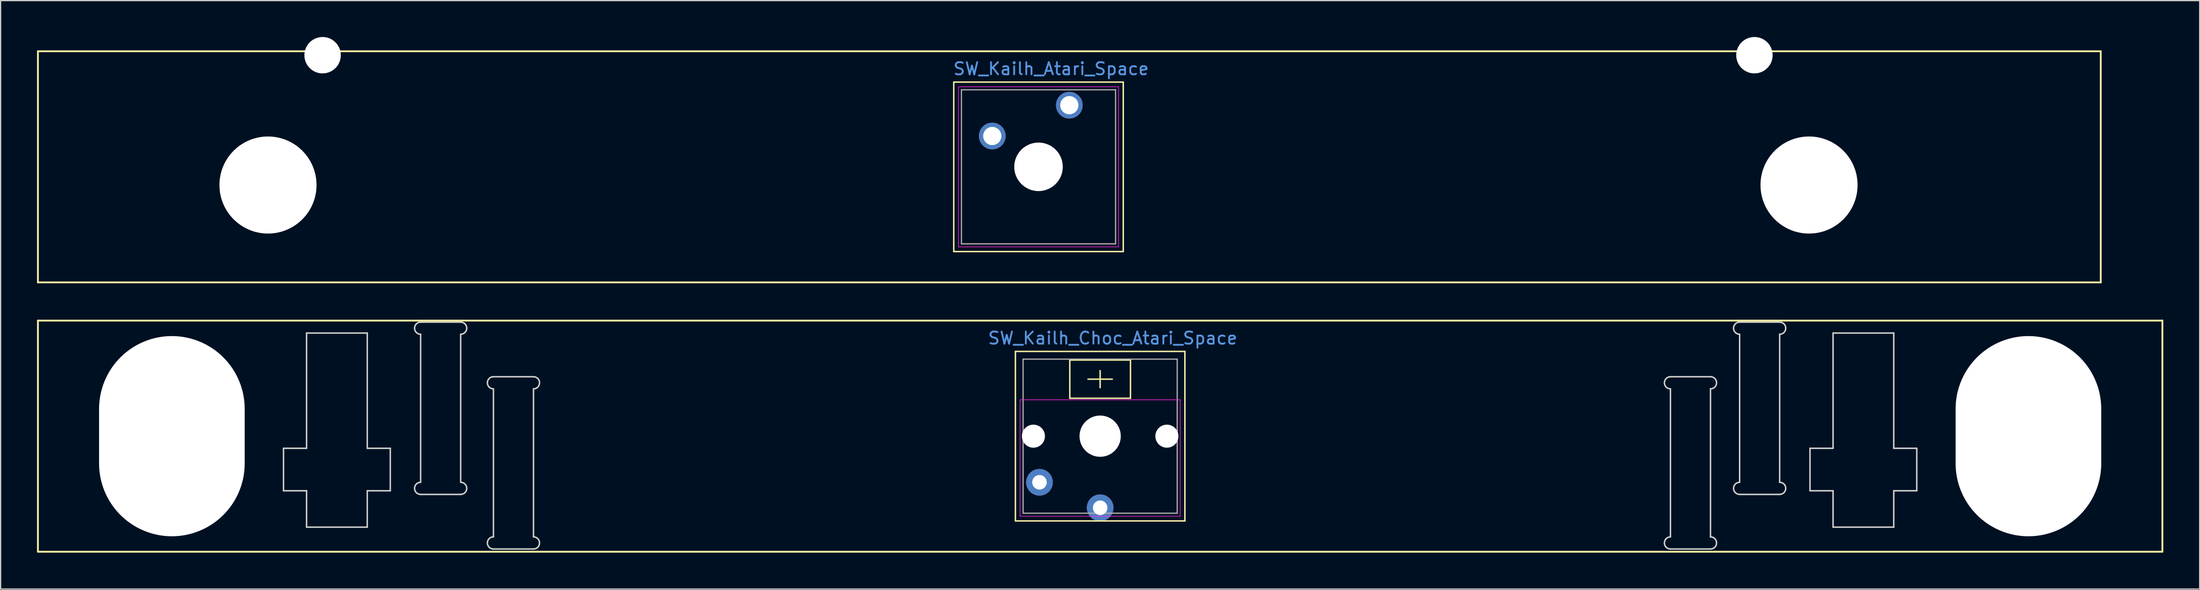
<source format=kicad_pcb>
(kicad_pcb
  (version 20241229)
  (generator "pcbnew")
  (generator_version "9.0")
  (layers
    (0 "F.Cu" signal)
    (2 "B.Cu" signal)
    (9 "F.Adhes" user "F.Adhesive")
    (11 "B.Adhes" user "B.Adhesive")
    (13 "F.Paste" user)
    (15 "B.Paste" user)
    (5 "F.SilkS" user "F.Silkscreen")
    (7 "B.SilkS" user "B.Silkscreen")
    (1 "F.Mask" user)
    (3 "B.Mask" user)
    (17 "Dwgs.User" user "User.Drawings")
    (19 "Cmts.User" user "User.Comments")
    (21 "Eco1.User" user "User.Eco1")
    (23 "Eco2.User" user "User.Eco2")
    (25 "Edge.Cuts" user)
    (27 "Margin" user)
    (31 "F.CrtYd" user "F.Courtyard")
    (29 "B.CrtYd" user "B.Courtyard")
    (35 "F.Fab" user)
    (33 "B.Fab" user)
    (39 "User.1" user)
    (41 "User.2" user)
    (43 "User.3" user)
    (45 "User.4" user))
  (footprint "SW_Kailh_Choc_Atari_Space"
    (layer "F.Cu")
    (at 87.615 32.9)
    (property "Reference" "SW_Kailh_Choc_Atari_Space" (at 1.04 -8.08 0) (layer "Cmts.User") (effects (font (size 1 1) (thickness 0.15))))
    (attr through_hole)
    (fp_line (start -87.54 -9.525) (end 87.54 -9.525) (stroke (width 0.15) (type solid)) (layer "F.SilkS"))
    (fp_line (start -87.54 9.525) (end -87.54 -9.525) (stroke (width 0.15) (type solid)) (layer "F.SilkS"))
    (fp_line (start -87.54 9.525) (end 87.54 9.525) (stroke (width 0.15) (type solid)) (layer "F.SilkS"))
    (fp_line (start -6.985 -6.985) (end 6.985 -6.985) (stroke (width 0.12) (type solid)) (layer "F.SilkS"))
    (fp_line (start -6.985 6.985) (end -6.985 -6.985) (stroke (width 0.12) (type solid)) (layer "F.SilkS"))
    (fp_line (start -2.5 -6.275) (end 2.5 -6.275) (stroke (width 0.12) (type solid)) (layer "F.SilkS"))
    (fp_line (start -2.5 -3.125) (end -2.5 -6.275) (stroke (width 0.12) (type solid)) (layer "F.SilkS"))
    (fp_line (start 0 -4) (end 0 -5.4) (stroke (width 0.12) (type solid)) (layer "F.SilkS"))
    (fp_line (start 1 -4.7) (end -1 -4.7) (stroke (width 0.12) (type solid)) (layer "F.SilkS"))
    (fp_line (start 2.5 -3.125) (end -2.5 -3.125) (stroke (width 0.12) (type solid)) (layer "F.SilkS"))
    (fp_line (start 2.5 -3.125) (end 2.5 -6.275) (stroke (width 0.12) (type solid)) (layer "F.SilkS"))
    (fp_line (start 6.985 -6.985) (end 6.985 6.985) (stroke (width 0.12) (type solid)) (layer "F.SilkS"))
    (fp_line (start 6.985 6.985) (end -6.985 6.985) (stroke (width 0.12) (type solid)) (layer "F.SilkS"))
    (fp_line (start 87.54 -9.525) (end 87.54 9.525) (stroke (width 0.15) (type solid)) (layer "F.SilkS"))
    (fp_line (start -67.3 1) (end -67.3 4.5) (stroke (width 0.12) (type solid)) (layer "Edge.Cuts"))
    (fp_line (start -67.3 1) (end -65.4 1) (stroke (width 0.12) (type solid)) (layer "Edge.Cuts"))
    (fp_line (start -67.3 4.5) (end -65.4 4.5) (stroke (width 0.12) (type solid)) (layer "Edge.Cuts"))
    (fp_line (start -65.4 -8.5) (end -65.4 1) (stroke (width 0.12) (type solid)) (layer "Edge.Cuts"))
    (fp_line (start -65.4 4.5) (end -65.4 7.5) (stroke (width 0.12) (type solid)) (layer "Edge.Cuts"))
    (fp_line (start -65.4 7.5) (end -60.4 7.5) (stroke (width 0.12) (type solid)) (layer "Edge.Cuts"))
    (fp_line (start -60.4 -8.5) (end -65.4 -8.5) (stroke (width 0.12) (type solid)) (layer "Edge.Cuts"))
    (fp_line (start -60.4 -8.5) (end -60.4 1) (stroke (width 0.12) (type solid)) (layer "Edge.Cuts"))
    (fp_line (start -60.4 1) (end -58.5 1) (stroke (width 0.12) (type solid)) (layer "Edge.Cuts"))
    (fp_line (start -60.4 4.5) (end -60.4 7.5) (stroke (width 0.12) (type solid)) (layer "Edge.Cuts"))
    (fp_line (start -60.4 4.5) (end -58.5 4.5) (stroke (width 0.12) (type solid)) (layer "Edge.Cuts"))
    (fp_line (start -58.5 1) (end -58.5 4.5) (stroke (width 0.12) (type solid)) (layer "Edge.Cuts"))
    (fp_line (start -56 -8.4) (end -56 3.8) (stroke (width 0.12) (type solid)) (layer "Edge.Cuts"))
    (fp_line (start -56 4.8) (end -52.7 4.8) (stroke (width 0.12) (type solid)) (layer "Edge.Cuts"))
    (fp_line (start -52.7 -9.4) (end -56 -9.4) (stroke (width 0.12) (type solid)) (layer "Edge.Cuts"))
    (fp_line (start -52.7 -8.4) (end -52.7 3.8) (stroke (width 0.12) (type solid)) (layer "Edge.Cuts"))
    (fp_line (start -50 -3.9) (end -50 8.3) (stroke (width 0.12) (type solid)) (layer "Edge.Cuts"))
    (fp_line (start -50 9.3) (end -46.7 9.3) (stroke (width 0.12) (type solid)) (layer "Edge.Cuts"))
    (fp_line (start -46.7 -4.9) (end -50 -4.9) (stroke (width 0.12) (type solid)) (layer "Edge.Cuts"))
    (fp_line (start -46.7 -3.9) (end -46.7 8.3) (stroke (width 0.12) (type solid)) (layer "Edge.Cuts"))
    (fp_line (start 47 -3.9) (end 47 8.3) (stroke (width 0.12) (type solid)) (layer "Edge.Cuts"))
    (fp_line (start 47 9.3) (end 50.3 9.3) (stroke (width 0.12) (type solid)) (layer "Edge.Cuts"))
    (fp_line (start 50.3 -4.9) (end 47 -4.9) (stroke (width 0.12) (type solid)) (layer "Edge.Cuts"))
    (fp_line (start 50.3 -3.9) (end 50.3 8.3) (stroke (width 0.12) (type solid)) (layer "Edge.Cuts"))
    (fp_line (start 52.7 -8.4) (end 52.7 3.8) (stroke (width 0.12) (type solid)) (layer "Edge.Cuts"))
    (fp_line (start 52.7 4.8) (end 56 4.8) (stroke (width 0.12) (type solid)) (layer "Edge.Cuts"))
    (fp_line (start 56 -9.4) (end 52.7 -9.4) (stroke (width 0.12) (type solid)) (layer "Edge.Cuts"))
    (fp_line (start 56 -8.4) (end 56 3.8) (stroke (width 0.12) (type solid)) (layer "Edge.Cuts"))
    (fp_line (start 58.5 1) (end 58.5 4.5) (stroke (width 0.12) (type solid)) (layer "Edge.Cuts"))
    (fp_line (start 58.5 1) (end 60.4 1) (stroke (width 0.12) (type solid)) (layer "Edge.Cuts"))
    (fp_line (start 58.5 4.5) (end 60.4 4.5) (stroke (width 0.12) (type solid)) (layer "Edge.Cuts"))
    (fp_line (start 60.4 -8.5) (end 60.4 1) (stroke (width 0.12) (type solid)) (layer "Edge.Cuts"))
    (fp_line (start 60.4 4.5) (end 60.4 7.5) (stroke (width 0.12) (type solid)) (layer "Edge.Cuts"))
    (fp_line (start 60.4 7.5) (end 65.4 7.5) (stroke (width 0.12) (type solid)) (layer "Edge.Cuts"))
    (fp_line (start 65.4 -8.5) (end 60.4 -8.5) (stroke (width 0.12) (type solid)) (layer "Edge.Cuts"))
    (fp_line (start 65.4 -8.5) (end 65.4 1) (stroke (width 0.12) (type solid)) (layer "Edge.Cuts"))
    (fp_line (start 65.4 1) (end 67.3 1) (stroke (width 0.12) (type solid)) (layer "Edge.Cuts"))
    (fp_line (start 65.4 4.5) (end 65.4 7.5) (stroke (width 0.12) (type solid)) (layer "Edge.Cuts"))
    (fp_line (start 65.4 4.5) (end 67.3 4.5) (stroke (width 0.12) (type solid)) (layer "Edge.Cuts"))
    (fp_line (start 67.3 1) (end 67.3 4.5) (stroke (width 0.12) (type solid)) (layer "Edge.Cuts"))
    (fp_arc (start -56 -8.4) (mid -56.5 -8.9) (end -56 -9.4) (stroke (width 0.12) (type solid)) (layer "Edge.Cuts"))
    (fp_arc (start -56 4.8) (mid -56.5 4.3) (end -56 3.8) (stroke (width 0.12) (type solid)) (layer "Edge.Cuts"))
    (fp_arc (start -52.7 -9.4) (mid -52.2 -8.9) (end -52.7 -8.4) (stroke (width 0.12) (type solid)) (layer "Edge.Cuts"))
    (fp_arc (start -52.7 3.8) (mid -52.2 4.3) (end -52.7 4.8) (stroke (width 0.12) (type solid)) (layer "Edge.Cuts"))
    (fp_arc (start -50 -3.9) (mid -50.5 -4.4) (end -50 -4.9) (stroke (width 0.12) (type solid)) (layer "Edge.Cuts"))
    (fp_arc (start -50 9.3) (mid -50.5 8.8) (end -50 8.3) (stroke (width 0.12) (type solid)) (layer "Edge.Cuts"))
    (fp_arc (start -46.7 -4.9) (mid -46.2 -4.4) (end -46.7 -3.9) (stroke (width 0.12) (type solid)) (layer "Edge.Cuts"))
    (fp_arc (start -46.7 8.3) (mid -46.2 8.8) (end -46.7 9.3) (stroke (width 0.12) (type solid)) (layer "Edge.Cuts"))
    (fp_arc (start 47 -3.9) (mid 46.5 -4.4) (end 47 -4.9) (stroke (width 0.12) (type solid)) (layer "Edge.Cuts"))
    (fp_arc (start 47 9.3) (mid 46.5 8.8) (end 47 8.3) (stroke (width 0.12) (type solid)) (layer "Edge.Cuts"))
    (fp_arc (start 50.3 -4.9) (mid 50.8 -4.4) (end 50.3 -3.9) (stroke (width 0.12) (type solid)) (layer "Edge.Cuts"))
    (fp_arc (start 50.3 8.3) (mid 50.8 8.8) (end 50.3 9.3) (stroke (width 0.12) (type solid)) (layer "Edge.Cuts"))
    (fp_arc (start 52.7 -8.4) (mid 52.2 -8.9) (end 52.7 -9.4) (stroke (width 0.12) (type solid)) (layer "Edge.Cuts"))
    (fp_arc (start 52.7 4.8) (mid 52.2 4.3) (end 52.7 3.8) (stroke (width 0.12) (type solid)) (layer "Edge.Cuts"))
    (fp_arc (start 56 -9.4) (mid 56.5 -8.9) (end 56 -8.4) (stroke (width 0.12) (type solid)) (layer "Edge.Cuts"))
    (fp_arc (start 56 3.8) (mid 56.5 4.3) (end 56 4.8) (stroke (width 0.12) (type solid)) (layer "Edge.Cuts"))
    (fp_line (start -6.6 -3) (end 6.6 -3) (stroke (width 0.05) (type solid)) (layer "F.CrtYd"))
    (fp_line (start -6.6 6.6) (end -6.6 -3) (stroke (width 0.05) (type solid)) (layer "F.CrtYd"))
    (fp_line (start 6.6 -3) (end 6.6 6.6) (stroke (width 0.05) (type solid)) (layer "F.CrtYd"))
    (fp_line (start 6.6 6.6) (end -6.6 6.6) (stroke (width 0.05) (type solid)) (layer "F.CrtYd"))
    (fp_line (start -6.35 -6.35) (end 6.35 -6.35) (stroke (width 0.1) (type solid)) (layer "F.Fab"))
    (fp_line (start -6.35 6.35) (end -6.35 -6.35) (stroke (width 0.1) (type solid)) (layer "F.Fab"))
    (fp_line (start 6.35 -6.35) (end 6.35 6.35) (stroke (width 0.1) (type solid)) (layer "F.Fab"))
    (fp_line (start 6.35 6.35) (end -6.35 6.35) (stroke (width 0.1) (type solid)) (layer "F.Fab"))
    (pad "" np_thru_hole oval (at -76.5 0) (size 12 16.5) (drill oval 12 16.5) (layers "*.Cu" "*.Mask"))
    (pad "" np_thru_hole circle (at -5.5 0 180) (size 1.9 1.9) (drill 1.9) (layers "*.Cu" "*.Mask"))
    (pad "" np_thru_hole circle (at 0 0 180) (size 3.4 3.4) (drill 3.4) (layers "*.Cu" "*.Mask"))
    (pad "" np_thru_hole circle (at 5.5 0 180) (size 1.9 1.9) (drill 1.9) (layers "*.Cu" "*.Mask"))
    (pad "" np_thru_hole oval (at 76.5 0) (size 12 16.5) (drill oval 12 16.5) (layers "*.Cu" "*.Mask"))
    (pad "1" thru_hole circle (at 0 5.9 180) (size 2.2 2.2) (drill 1.2) (layers "*.Cu" "*.Mask"))
    (pad "2" thru_hole circle (at -5 3.8 180) (size 2.2 2.2) (drill 1.2) (layers "*.Cu" "*.Mask")))
  (footprint "SW_Kailh_Atari_Space"
    (layer "F.Cu")
    (at 82.535 10.7)
    (property "Reference" "SW_Kailh_Atari_Space" (at 1.04 -8.08 0) (layer "Cmts.User") (effects (font (size 1 1) (thickness 0.15))))
    (attr through_hole)
    (fp_line (start -82.46 -9.525) (end 87.54 -9.525) (stroke (width 0.15) (type solid)) (layer "F.SilkS"))
    (fp_line (start -82.46 9.525) (end -82.46 -9.525) (stroke (width 0.15) (type solid)) (layer "F.SilkS"))
    (fp_line (start -82.46 9.525) (end 87.54 9.525) (stroke (width 0.15) (type solid)) (layer "F.SilkS"))
    (fp_line (start -6.985 -6.985) (end 6.985 -6.985) (stroke (width 0.12) (type solid)) (layer "F.SilkS"))
    (fp_line (start -6.985 6.985) (end -6.985 -6.985) (stroke (width 0.12) (type solid)) (layer "F.SilkS"))
    (fp_line (start 6.985 -6.985) (end 6.985 6.985) (stroke (width 0.12) (type solid)) (layer "F.SilkS"))
    (fp_line (start 6.985 6.985) (end -6.985 6.985) (stroke (width 0.12) (type solid)) (layer "F.SilkS"))
    (fp_line (start 87.54 -9.525) (end 87.54 9.525) (stroke (width 0.15) (type solid)) (layer "F.SilkS"))
    (fp_line (start -6.6 -6.6) (end 6.6 -6.6) (stroke (width 0.05) (type solid)) (layer "F.CrtYd"))
    (fp_line (start -6.6 6.6) (end -6.6 -6.6) (stroke (width 0.05) (type solid)) (layer "F.CrtYd"))
    (fp_line (start 6.6 -6.6) (end 6.6 6.6) (stroke (width 0.05) (type solid)) (layer "F.CrtYd"))
    (fp_line (start 6.6 6.6) (end -6.6 6.6) (stroke (width 0.05) (type solid)) (layer "F.CrtYd"))
    (fp_line (start -6.35 -6.35) (end 6.35 -6.35) (stroke (width 0.1) (type solid)) (layer "F.Fab"))
    (fp_line (start -6.35 6.35) (end -6.35 -6.35) (stroke (width 0.1) (type solid)) (layer "F.Fab"))
    (fp_line (start 6.35 -6.35) (end 6.35 6.35) (stroke (width 0.1) (type solid)) (layer "F.Fab"))
    (fp_line (start 6.35 6.35) (end -6.35 6.35) (stroke (width 0.1) (type solid)) (layer "F.Fab"))
    (pad "" np_thru_hole circle (at -63.5 1.5) (size 8 8) (drill 8) (layers "*.Cu" "*.Mask"))
    (pad "" np_thru_hole circle (at -59 -9.2 292.5) (size 3 3) (drill 3) (layers "*.Cu" "*.Mask"))
    (pad "" np_thru_hole circle (at 0 0) (size 4 4) (drill 4) (layers "*.Cu" "*.Mask"))
    (pad "" np_thru_hole circle (at 59 -9.2 292.5) (size 3 3) (drill 3) (layers "*.Cu" "*.Mask"))
    (pad "" np_thru_hole circle (at 63.5 1.5) (size 8 8) (drill 8) (layers "*.Cu" "*.Mask"))
    (pad "1" thru_hole circle (at 2.54 -5.08) (size 2.2 2.2) (drill 1.5) (layers "*.Cu" "*.Mask"))
    (pad "2" thru_hole circle (at -3.81 -2.54) (size 2.2 2.2) (drill 1.5) (layers "*.Cu" "*.Mask")))
  (gr_rect
    (start -3 -3)
    (end 178.23 45.5)
    (stroke (width 0.1) (type default))
    (fill no)
    (layer "Edge.Cuts")))
</source>
